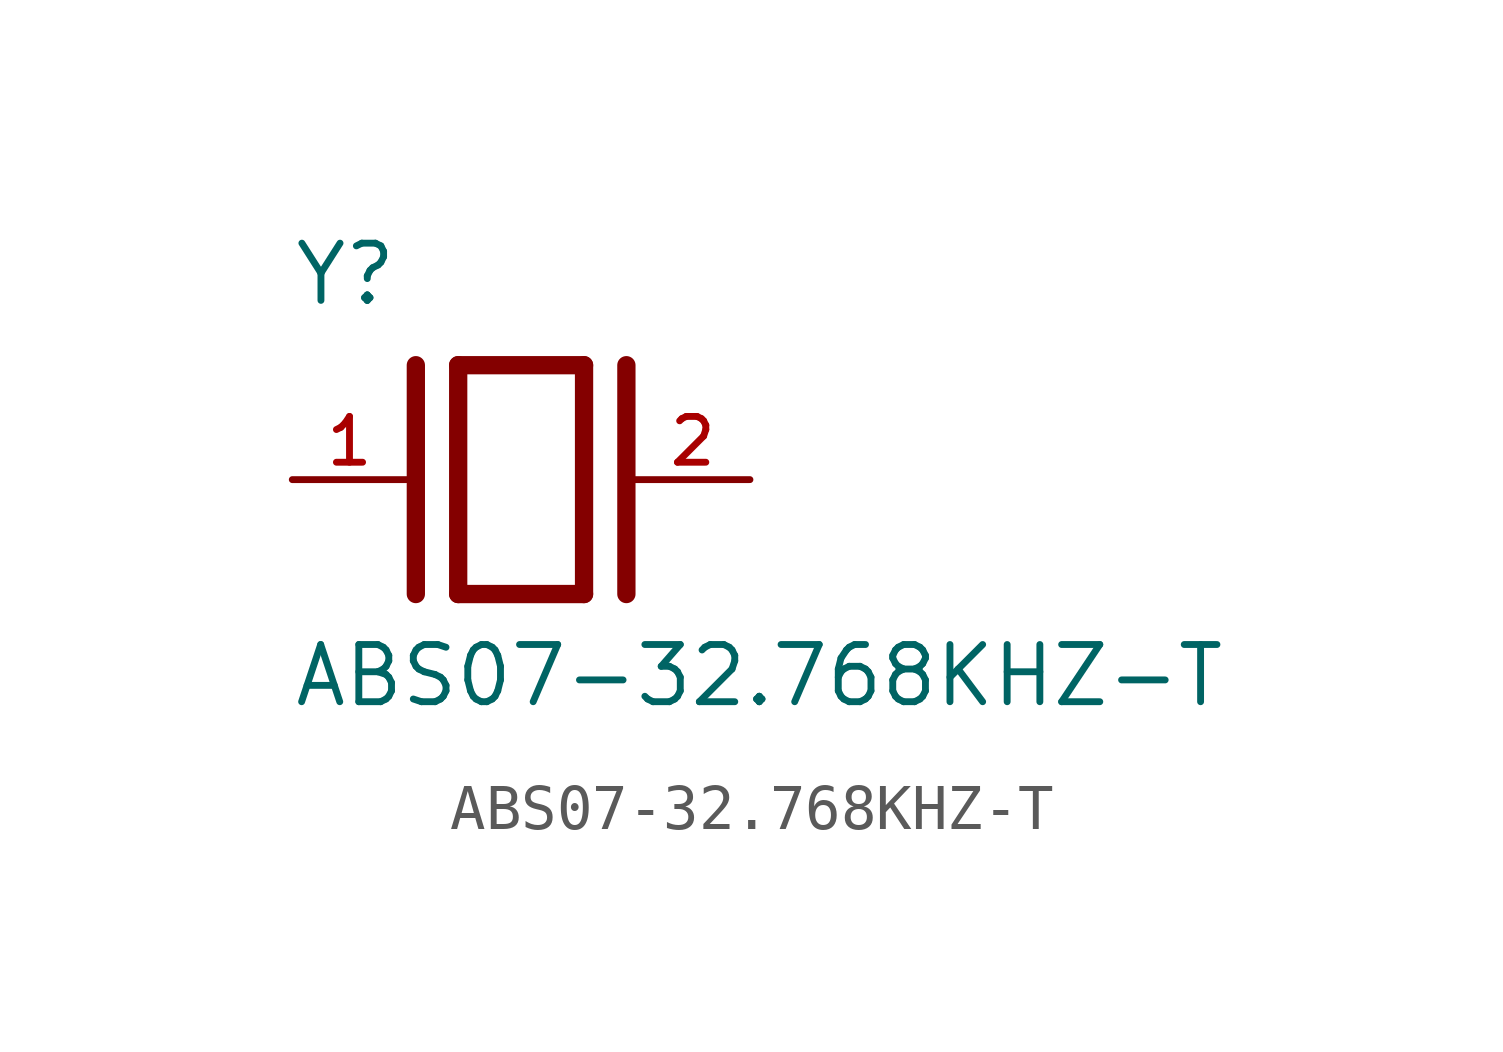
<source format=kicad_sym>
(kicad_symbol_lib
  (version 20211014)
  (generator kicad_symbol_editor)
  (symbol "ABS07-32.768KHZ-T"
    (pin_names
      (offset 1.016))
    (property "Reference" "Y"
      (at -5.088 3.816 0)
      (effects (font (size 1.27 1.27)) (justify bottom left)))
    (property "Value" "ABS07-32.768KHZ-T"
      (at -5.094 -5.094 0)
      (effects (font (size 1.27 1.27)) (justify bottom left)))
    (symbol "ABS07-32.768KHZ-T_0_0"
      (polyline (pts (xy -1.397 2.54) (xy 1.397 2.54)) (stroke (width 0.406)))
      (polyline (pts (xy 1.397 2.54) (xy 1.397 -2.54)) (stroke (width 0.406)))
      (polyline (pts (xy 1.397 -2.54) (xy -1.397 -2.54)) (stroke (width 0.406)))
      (polyline (pts (xy -1.397 2.54) (xy -1.397 -2.54)) (stroke (width 0.406)))
      (polyline (pts (xy 2.337 2.54) (xy 2.337 -2.54)) (stroke (width 0.406)))
      (polyline (pts (xy -2.337 2.54) (xy -2.337 -2.54)) (stroke (width 0.406)))
      (pin passive line (at 5.08 0.0 180.0) (length 2.54) (name "~" (effects (font (size 1.016 1.016)))) (number "2" (effects (font (size 1.016 1.016)))))
      (pin passive line (at -5.08 0.0 0) (length 2.54) (name "~" (effects (font (size 1.016 1.016)))) (number "1" (effects (font (size 1.016 1.016))))))))
</source>
